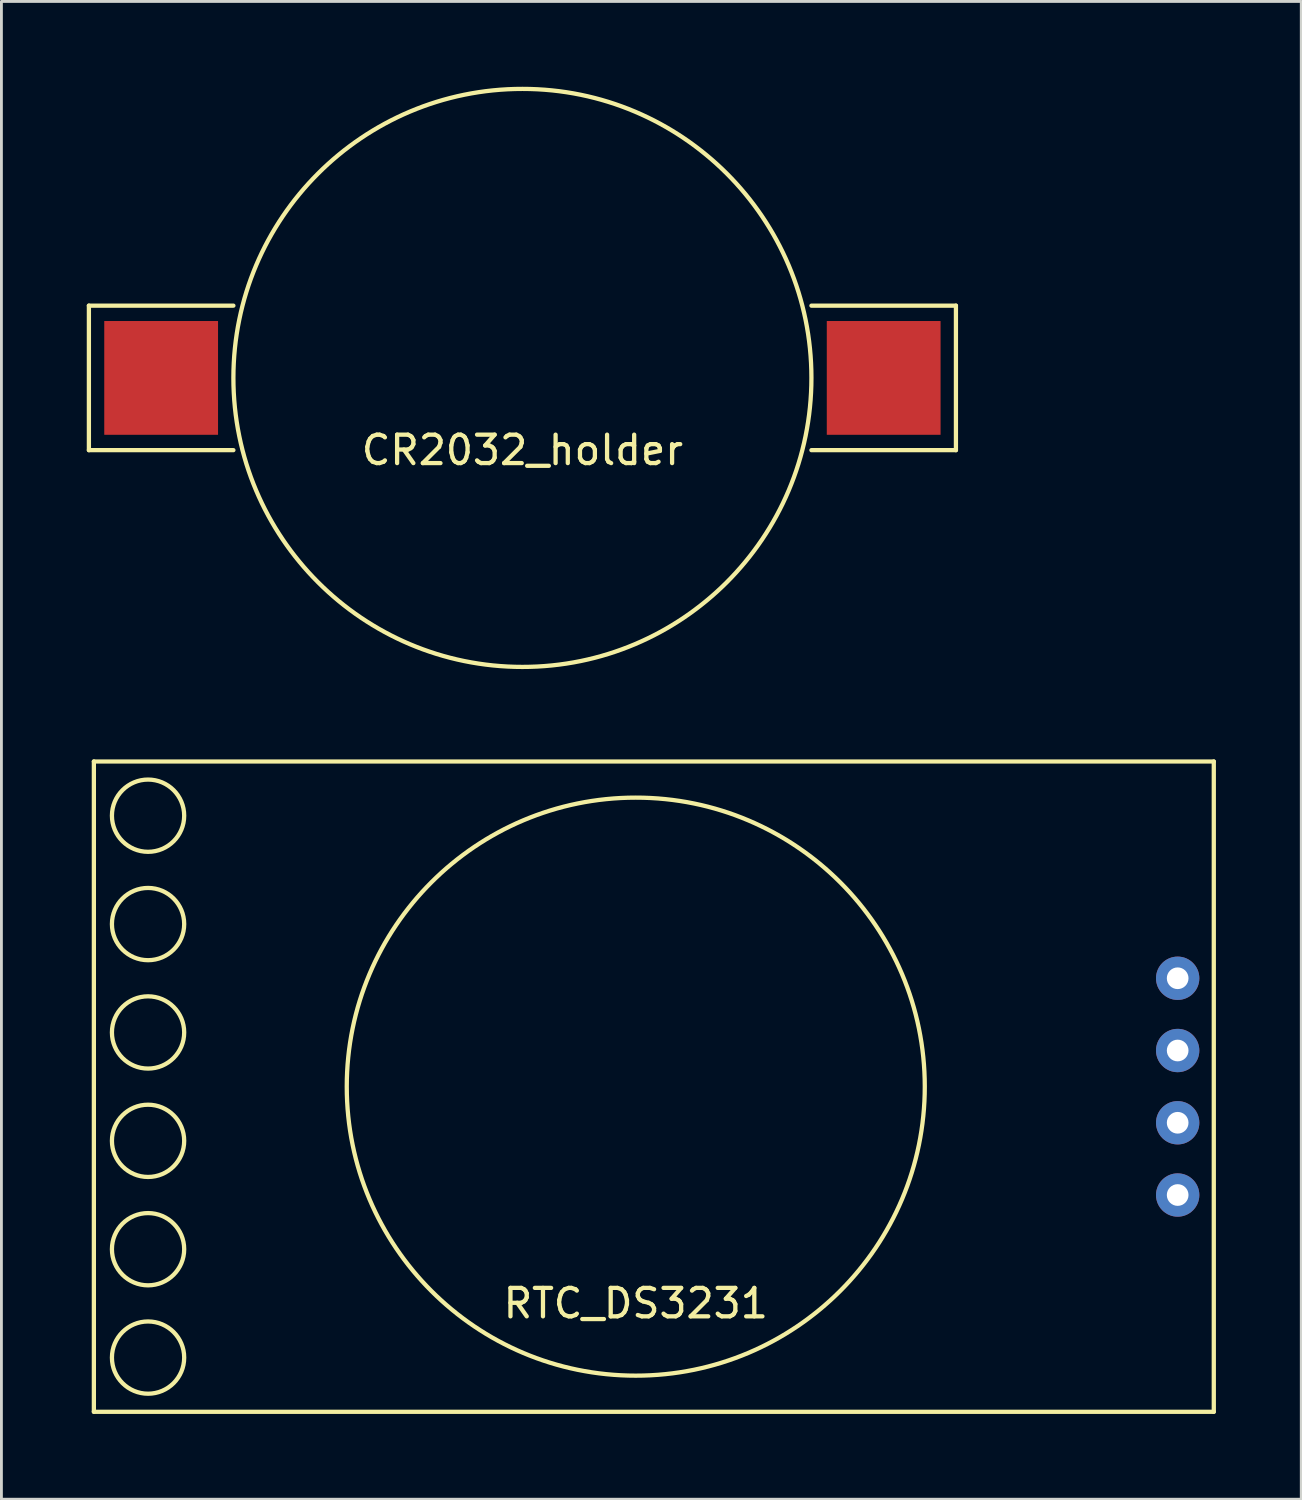
<source format=kicad_pcb>
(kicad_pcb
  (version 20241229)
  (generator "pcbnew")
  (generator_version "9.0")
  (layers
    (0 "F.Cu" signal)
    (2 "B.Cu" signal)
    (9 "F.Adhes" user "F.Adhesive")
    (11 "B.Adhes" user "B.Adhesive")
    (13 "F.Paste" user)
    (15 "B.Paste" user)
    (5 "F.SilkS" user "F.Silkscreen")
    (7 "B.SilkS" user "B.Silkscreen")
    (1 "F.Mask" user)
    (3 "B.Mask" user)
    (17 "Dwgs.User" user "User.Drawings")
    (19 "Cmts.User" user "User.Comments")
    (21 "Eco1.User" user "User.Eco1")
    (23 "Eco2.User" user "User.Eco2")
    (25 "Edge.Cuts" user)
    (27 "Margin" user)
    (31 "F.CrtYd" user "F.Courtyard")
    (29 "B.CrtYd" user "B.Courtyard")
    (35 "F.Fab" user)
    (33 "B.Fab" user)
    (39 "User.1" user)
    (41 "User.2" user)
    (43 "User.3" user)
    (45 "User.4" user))
  (footprint "CR2032_holder"
    (layer "F.Cu")
    (at 15.315 10.235)
    (property "Reference" "CR2032_holder" (at 0 2.54 0) (layer "F.SilkS") (effects (font (size 1 1) (thickness 0.15))))
    (attr through_hole)
    (fp_line (start -15.24 -2.54) (end -10.16 -2.54) (stroke (width 0.15) (type solid)) (layer "F.SilkS"))
    (fp_line (start -15.24 2.54) (end -15.24 -2.54) (stroke (width 0.15) (type solid)) (layer "F.SilkS"))
    (fp_line (start -10.16 2.54) (end -15.24 2.54) (stroke (width 0.15) (type solid)) (layer "F.SilkS"))
    (fp_line (start 10.16 -2.54) (end 15.24 -2.54) (stroke (width 0.15) (type solid)) (layer "F.SilkS"))
    (fp_line (start 15.24 -2.54) (end 15.24 2.54) (stroke (width 0.15) (type solid)) (layer "F.SilkS"))
    (fp_line (start 15.24 2.54) (end 10.16 2.54) (stroke (width 0.15) (type solid)) (layer "F.SilkS"))
    (fp_circle (center 0 0) (end 0 -10.16) (stroke (width 0.15) (type solid)) (fill no) (layer "F.SilkS"))
    (pad "1" smd rect (at -12.7 0) (size 4 4) (layers "F.Cu" "F.Mask" "F.Paste"))
    (pad "2" smd rect (at 12.7 0) (size 4 4) (layers "F.Cu" "F.Mask" "F.Paste")))
  (footprint "RTC_DS3231"
    (layer "F.Cu")
    (at 0.25 23.72)
    (property "Reference" "RTC_DS3231" (at 19.05 19.05 0) (layer "F.SilkS") (effects (font (size 1 1) (thickness 0.15))))
    (attr through_hole)
    (fp_line (start 0 0) (end 0 22.86) (stroke (width 0.15) (type solid)) (layer "F.SilkS"))
    (fp_line (start 0 0) (end 39.37 0) (stroke (width 0.15) (type solid)) (layer "F.SilkS"))
    (fp_line (start 0 22.86) (end 39.37 22.86) (stroke (width 0.15) (type solid)) (layer "F.SilkS"))
    (fp_line (start 39.37 0) (end 39.37 22.86) (stroke (width 0.15) (type solid)) (layer "F.SilkS"))
    (fp_circle (center 1.905 1.905) (end 1.905 0.635) (stroke (width 0.15) (type solid)) (fill no) (layer "F.SilkS"))
    (fp_circle (center 1.905 5.715) (end 1.905 4.445) (stroke (width 0.15) (type solid)) (fill no) (layer "F.SilkS"))
    (fp_circle (center 1.905 9.525) (end 1.905 8.255) (stroke (width 0.15) (type solid)) (fill no) (layer "F.SilkS"))
    (fp_circle (center 1.905 13.335) (end 1.905 12.065) (stroke (width 0.15) (type solid)) (fill no) (layer "F.SilkS"))
    (fp_circle (center 1.905 17.145) (end 1.905 15.875) (stroke (width 0.15) (type solid)) (fill no) (layer "F.SilkS"))
    (fp_circle (center 1.905 20.955) (end 1.905 19.685) (stroke (width 0.15) (type solid)) (fill no) (layer "F.SilkS"))
    (fp_circle (center 19.05 11.43) (end 19.05 21.59) (stroke (width 0.15) (type solid)) (fill no) (layer "F.SilkS"))
    (pad "1" thru_hole circle (at 38.1 7.62) (size 1.524 1.524) (drill 0.762) (layers "*.Cu" "*.Mask"))
    (pad "2" thru_hole circle (at 38.1 10.16) (size 1.524 1.524) (drill 0.762) (layers "*.Cu" "*.Mask"))
    (pad "3" thru_hole circle (at 38.1 12.7) (size 1.524 1.524) (drill 0.762) (layers "*.Cu" "*.Mask"))
    (pad "4" thru_hole circle (at 38.1 15.24) (size 1.524 1.524) (drill 0.762) (layers "*.Cu" "*.Mask")))
  (gr_rect
    (start -3 -3)
    (end 42.695 49.655)
    (stroke (width 0.1) (type default))
    (fill no)
    (layer "Edge.Cuts")))
</source>
